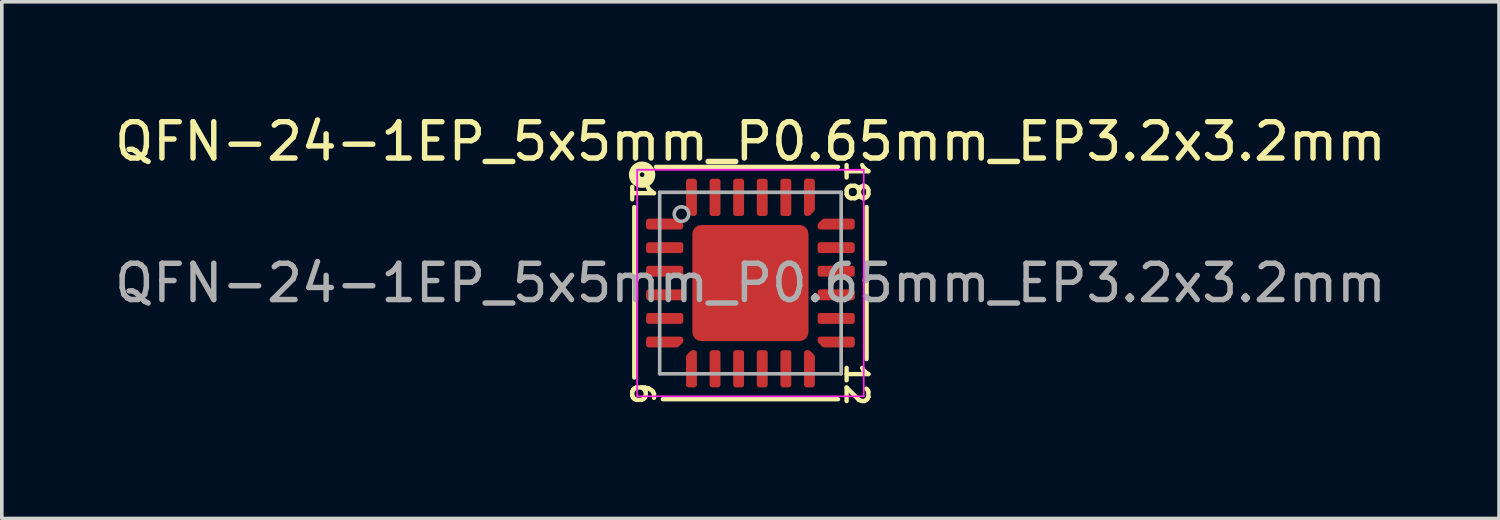
<source format=kicad_pcb>
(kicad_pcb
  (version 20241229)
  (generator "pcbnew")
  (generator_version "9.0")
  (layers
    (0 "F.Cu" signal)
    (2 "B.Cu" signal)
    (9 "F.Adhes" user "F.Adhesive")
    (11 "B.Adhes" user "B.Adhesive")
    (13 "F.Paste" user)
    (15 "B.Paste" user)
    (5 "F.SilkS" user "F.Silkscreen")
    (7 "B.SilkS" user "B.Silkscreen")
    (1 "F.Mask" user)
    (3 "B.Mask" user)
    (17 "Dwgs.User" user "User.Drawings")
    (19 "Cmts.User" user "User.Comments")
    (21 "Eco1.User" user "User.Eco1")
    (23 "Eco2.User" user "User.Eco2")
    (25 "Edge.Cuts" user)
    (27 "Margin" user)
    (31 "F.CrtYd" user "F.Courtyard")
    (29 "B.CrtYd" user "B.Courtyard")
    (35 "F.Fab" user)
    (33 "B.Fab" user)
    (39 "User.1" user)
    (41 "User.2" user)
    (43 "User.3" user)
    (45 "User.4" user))
  (footprint "QFN-24-1EP_5x5mm_P0.65mm_EP3.2x3.2mm"
    (layer "F.Cu")
    (at 17.625 4.748)
    (property "Reference" "QFN-24-1EP_5x5mm_P0.65mm_EP3.2x3.2mm" (at 0 -3.9 0) (layer "F.SilkS") (effects (font (size 1 1) (thickness 0.15))))
    (attr smd)
    (fp_line (start -3.2 -2.095) (end -3.2 2.603) (stroke (width 0.12) (type solid)) (layer "F.SilkS"))
    (fp_line (start -2.413 3.2) (end 2.413 3.2) (stroke (width 0.12) (type solid)) (layer "F.SilkS"))
    (fp_line (start 2.413 -3.2) (end -2.603 -3.2) (stroke (width 0.12) (type solid)) (layer "F.SilkS"))
    (fp_line (start 3.2 2.095) (end 3.2 -2.095) (stroke (width 0.12) (type solid)) (layer "F.SilkS"))
    (fp_circle (center -2.985 -2.985) (end -2.921 -2.985) (stroke (width 0.3) (type solid)) (fill no) (layer "F.SilkS"))
    (fp_line (start -3.12 -3.12) (end -3.12 3.12) (stroke (width 0.05) (type solid)) (layer "F.CrtYd"))
    (fp_line (start -3.12 3.12) (end 3.12 3.12) (stroke (width 0.05) (type solid)) (layer "F.CrtYd"))
    (fp_line (start 3.12 -3.12) (end -3.12 -3.12) (stroke (width 0.05) (type solid)) (layer "F.CrtYd"))
    (fp_line (start 3.12 3.12) (end 3.12 -3.12) (stroke (width 0.05) (type solid)) (layer "F.CrtYd"))
    (fp_line (start -2.5 -2.5) (end 2.5 -2.5) (stroke (width 0.1) (type solid)) (layer "F.Fab"))
    (fp_line (start -2.5 2.5) (end -2.5 -2.5) (stroke (width 0.1) (type solid)) (layer "F.Fab"))
    (fp_line (start 2.5 -2.5) (end 2.5 2.5) (stroke (width 0.1) (type solid)) (layer "F.Fab"))
    (fp_line (start 2.5 2.5) (end -2.5 2.5) (stroke (width 0.1) (type solid)) (layer "F.Fab"))
    (fp_circle (center -1.9 -1.9) (end -1.7 -1.9) (stroke (width 0.1) (type solid)) (fill no) (layer "F.Fab"))
    (fp_text user "18" (at 2.921 -2.794 270) (unlocked yes) (layer "F.SilkS") (effects (font (size 0.6 0.6) (thickness 0.12))))
    (fp_text user "1" (at -2.985 -2.477 270) (unlocked yes) (layer "F.SilkS") (effects (font (size 0.6 0.6) (thickness 0.12))))
    (fp_text user "12" (at 2.921 2.794 270) (unlocked yes) (layer "F.SilkS") (effects (font (size 0.6 0.6) (thickness 0.12))))
    (fp_text user "6" (at -2.985 3.048 270) (unlocked yes) (layer "F.SilkS") (effects (font (size 0.6 0.6) (thickness 0.12))))
    (fp_text user "${REFERENCE}" (at 0 0 0) (layer "F.Fab") (effects (font (size 1 1) (thickness 0.15))))
    (pad "" smd roundrect (at -0.8 -0.8) (size 1.29 1.29) (layers "F.Paste") (roundrect_rratio 0.194))
    (pad "" smd roundrect (at -0.8 0.8) (size 1.29 1.29) (layers "F.Paste") (roundrect_rratio 0.194))
    (pad "" smd roundrect (at 0.8 -0.8) (size 1.29 1.29) (layers "F.Paste") (roundrect_rratio 0.194))
    (pad "" smd roundrect (at 0.8 0.8) (size 1.29 1.29) (layers "F.Paste") (roundrect_rratio 0.194))
    (pad "1" smd custom (at -2.362 -1.625) (size 0.194 0.194) (layers "F.Cu" "F.Mask" "F.Paste") (options (anchor circle)) (primitives (gr_poly (pts (xy 0.438 0.031) (xy 0.438 0.075) (xy -0.438 0.075) (xy -0.438 -0.075) (xy 0.331 -0.075)) (width 0.15) (fill yes))))
    (pad "2" smd roundrect (at -2.362 -0.975) (size 1.025 0.3) (layers "F.Cu" "F.Mask" "F.Paste") (roundrect_rratio 0.25))
    (pad "3" smd roundrect (at -2.362 -0.325) (size 1.025 0.3) (layers "F.Cu" "F.Mask" "F.Paste") (roundrect_rratio 0.25))
    (pad "4" smd roundrect (at -2.362 0.325) (size 1.025 0.3) (layers "F.Cu" "F.Mask" "F.Paste") (roundrect_rratio 0.25))
    (pad "5" smd roundrect (at -2.362 0.975) (size 1.025 0.3) (layers "F.Cu" "F.Mask" "F.Paste") (roundrect_rratio 0.25))
    (pad "6" smd custom (at -2.362 1.625) (size 0.194 0.194) (layers "F.Cu" "F.Mask" "F.Paste") (options (anchor circle)) (primitives (gr_poly (pts (xy 0.438 -0.031) (xy 0.331 0.075) (xy -0.438 0.075) (xy -0.438 -0.075) (xy 0.438 -0.075)) (width 0.15) (fill yes))))
    (pad "7" smd custom (at -1.625 2.362) (size 0.194 0.194) (layers "F.Cu" "F.Mask" "F.Paste") (options (anchor circle)) (primitives (gr_poly (pts (xy 0.075 0.438) (xy -0.075 0.438) (xy -0.075 -0.331) (xy 0.031 -0.438) (xy 0.075 -0.438)) (width 0.15) (fill yes))))
    (pad "8" smd roundrect (at -0.975 2.362) (size 0.3 1.025) (layers "F.Cu" "F.Mask" "F.Paste") (roundrect_rratio 0.25))
    (pad "9" smd roundrect (at -0.325 2.362) (size 0.3 1.025) (layers "F.Cu" "F.Mask" "F.Paste") (roundrect_rratio 0.25))
    (pad "10" smd roundrect (at 0.325 2.362) (size 0.3 1.025) (layers "F.Cu" "F.Mask" "F.Paste") (roundrect_rratio 0.25))
    (pad "11" smd roundrect (at 0.975 2.362) (size 0.3 1.025) (layers "F.Cu" "F.Mask" "F.Paste") (roundrect_rratio 0.25))
    (pad "12" smd custom (at 1.625 2.362) (size 0.194 0.194) (layers "F.Cu" "F.Mask" "F.Paste") (options (anchor circle)) (primitives (gr_poly (pts (xy 0.075 -0.331) (xy 0.075 0.438) (xy -0.075 0.438) (xy -0.075 -0.438) (xy -0.031 -0.438)) (width 0.15) (fill yes))))
    (pad "13" smd custom (at 2.362 1.625) (size 0.194 0.194) (layers "F.Cu" "F.Mask" "F.Paste") (options (anchor circle)) (primitives (gr_poly (pts (xy 0.438 0.075) (xy -0.331 0.075) (xy -0.438 -0.031) (xy -0.438 -0.075) (xy 0.438 -0.075)) (width 0.15) (fill yes))))
    (pad "14" smd roundrect (at 2.362 0.975) (size 1.025 0.3) (layers "F.Cu" "F.Mask" "F.Paste") (roundrect_rratio 0.25))
    (pad "15" smd roundrect (at 2.362 0.325) (size 1.025 0.3) (layers "F.Cu" "F.Mask" "F.Paste") (roundrect_rratio 0.25))
    (pad "16" smd roundrect (at 2.362 -0.325) (size 1.025 0.3) (layers "F.Cu" "F.Mask" "F.Paste") (roundrect_rratio 0.25))
    (pad "17" smd roundrect (at 2.362 -0.975) (size 1.025 0.3) (layers "F.Cu" "F.Mask" "F.Paste") (roundrect_rratio 0.25))
    (pad "18" smd custom (at 2.362 -1.625) (size 0.194 0.194) (layers "F.Cu" "F.Mask" "F.Paste") (options (anchor circle)) (primitives (gr_poly (pts (xy 0.438 0.075) (xy -0.438 0.075) (xy -0.438 0.031) (xy -0.331 -0.075) (xy 0.438 -0.075)) (width 0.15) (fill yes))))
    (pad "19" smd custom (at 1.625 -2.362) (size 0.194 0.194) (layers "F.Cu" "F.Mask" "F.Paste") (options (anchor circle)) (primitives (gr_poly (pts (xy 0.075 0.331) (xy -0.031 0.438) (xy -0.075 0.438) (xy -0.075 -0.438) (xy 0.075 -0.438)) (width 0.15) (fill yes))))
    (pad "20" smd roundrect (at 0.975 -2.362) (size 0.3 1.025) (layers "F.Cu" "F.Mask" "F.Paste") (roundrect_rratio 0.25))
    (pad "21" smd roundrect (at 0.325 -2.362) (size 0.3 1.025) (layers "F.Cu" "F.Mask" "F.Paste") (roundrect_rratio 0.25))
    (pad "22" smd roundrect (at -0.325 -2.362) (size 0.3 1.025) (layers "F.Cu" "F.Mask" "F.Paste") (roundrect_rratio 0.25))
    (pad "23" smd roundrect (at -0.975 -2.362) (size 0.3 1.025) (layers "F.Cu" "F.Mask" "F.Paste") (roundrect_rratio 0.25))
    (pad "24" smd custom (at -1.625 -2.362) (size 0.194 0.194) (layers "F.Cu" "F.Mask" "F.Paste") (options (anchor circle)) (primitives (gr_poly (pts (xy 0.075 0.438) (xy 0.031 0.438) (xy -0.075 0.331) (xy -0.075 -0.438) (xy 0.075 -0.438)) (width 0.15) (fill yes))))
    (pad "25" smd roundrect (at 0 0) (size 3.2 3.2) (layers "F.Cu" "F.Mask") (roundrect_rratio 0.078)))
  (gr_rect
    (start -3 -3)
    (end 38.25 11.234)
    (stroke (width 0.1) (type default))
    (fill no)
    (layer "Edge.Cuts")))
</source>
